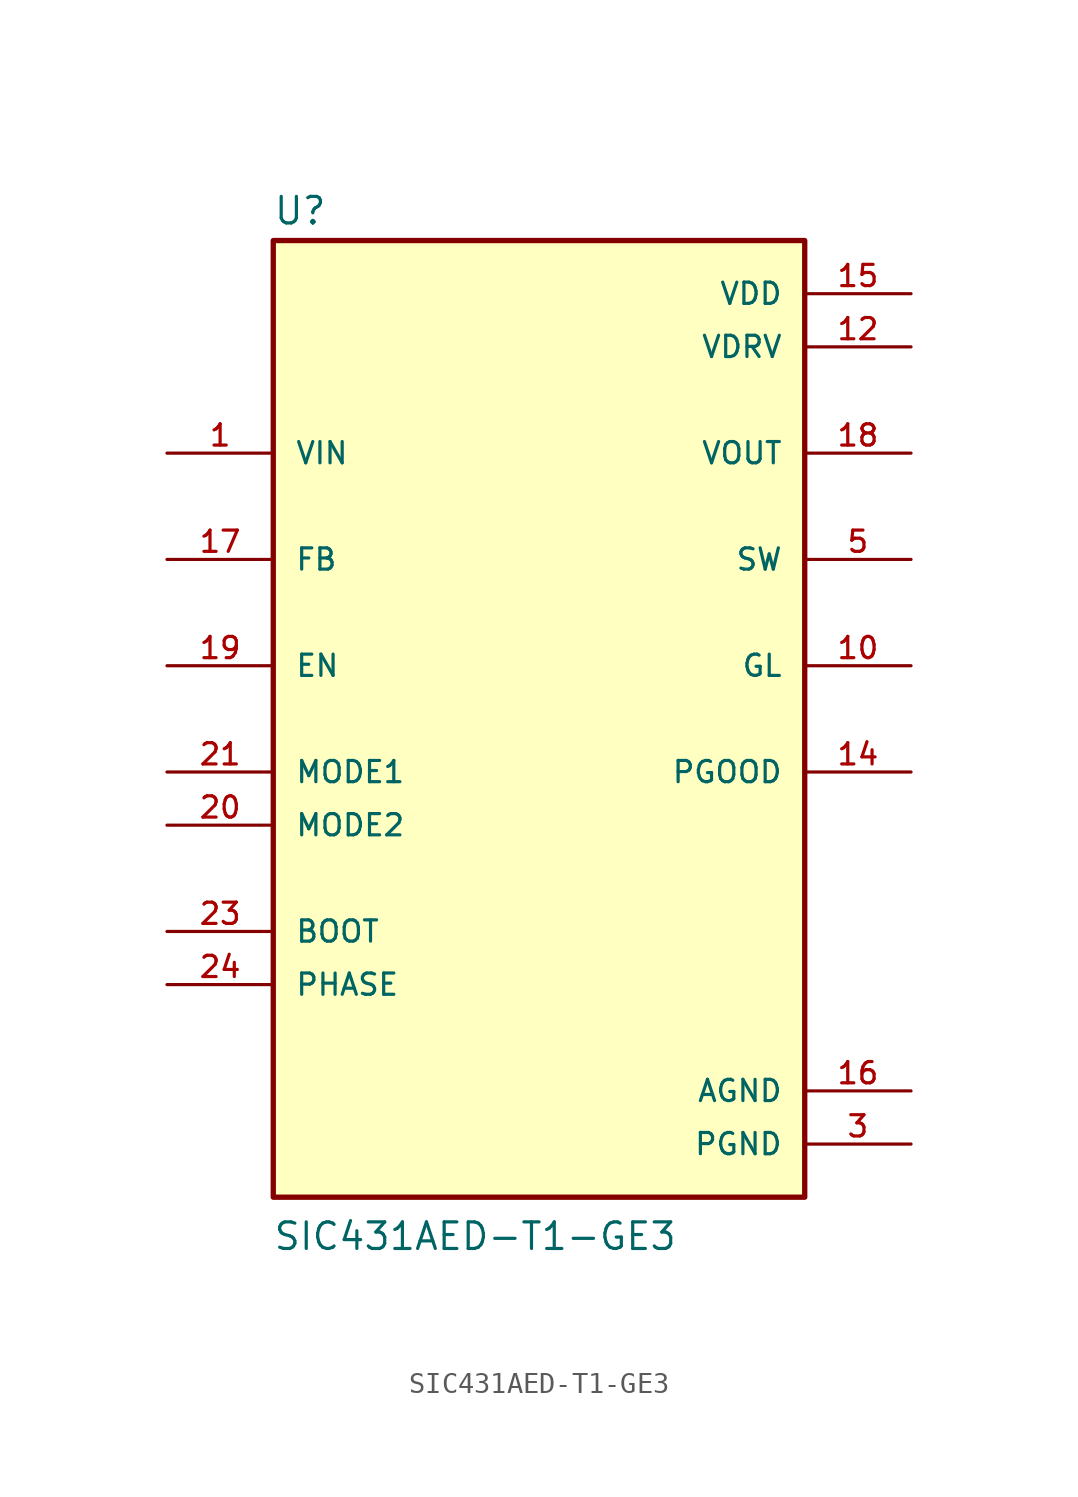
<source format=kicad_sym>
(kicad_symbol_lib
  (version 20211014)
  (generator kicad_symbol_editor)
  (symbol "SIC431AED-T1-GE3"
    (pin_names
      (offset 1.016))
    (property "Reference" "U"
      (at -12.723 23.538 0)
      (effects (font (size 1.27 1.27)) (justify bottom left)))
    (property "Value" "SIC431AED-T1-GE3"
      (at -12.736 -25.473 0)
      (effects (font (size 1.27 1.27)) (justify bottom left)))
    (symbol "SIC431AED-T1-GE3_0_0"
      (rectangle (start -12.7 -22.86) (end 12.7 22.86) (stroke (width 0.254)) (fill (type background)))
      (pin input line (at -17.78 12.7 0) (length 5.08) (name "VIN" (effects (font (size 1.016 1.016)))) (number "1" (effects (font (size 1.016 1.016)))))
      (pin input line (at -17.78 12.7 0) (length 5.08) hide (name "VIN" (effects (font (size 1.016 1.016)))) (number "2" (effects (font (size 1.016 1.016)))))
      (pin input line (at -17.78 12.7 0) (length 5.08) hide (name "VIN" (effects (font (size 1.016 1.016)))) (number "22" (effects (font (size 1.016 1.016)))))
      (pin input line (at -17.78 12.7 0) (length 5.08) hide (name "VIN" (effects (font (size 1.016 1.016)))) (number "26" (effects (font (size 1.016 1.016)))))
      (pin power_in line (at 17.78 -20.32 180.0) (length 5.08) (name "PGND" (effects (font (size 1.016 1.016)))) (number "3" (effects (font (size 1.016 1.016)))))
      (pin power_in line (at 17.78 -20.32 180.0) (length 5.08) hide (name "PGND" (effects (font (size 1.016 1.016)))) (number "4" (effects (font (size 1.016 1.016)))))
      (pin power_in line (at 17.78 -20.32 180.0) (length 5.08) hide (name "PGND" (effects (font (size 1.016 1.016)))) (number "13" (effects (font (size 1.016 1.016)))))
      (pin power_in line (at 17.78 -20.32 180.0) (length 5.08) hide (name "PGND" (effects (font (size 1.016 1.016)))) (number "27_1" (effects (font (size 1.016 1.016)))))
      (pin power_in line (at 17.78 -20.32 180.0) (length 5.08) hide (name "PGND" (effects (font (size 1.016 1.016)))) (number "27_2" (effects (font (size 1.016 1.016)))))
      (pin output line (at 17.78 7.62 180.0) (length 5.08) (name "SW" (effects (font (size 1.016 1.016)))) (number "5" (effects (font (size 1.016 1.016)))))
      (pin output line (at 17.78 7.62 180.0) (length 5.08) hide (name "SW" (effects (font (size 1.016 1.016)))) (number "6" (effects (font (size 1.016 1.016)))))
      (pin output line (at 17.78 7.62 180.0) (length 5.08) hide (name "SW" (effects (font (size 1.016 1.016)))) (number "7" (effects (font (size 1.016 1.016)))))
      (pin output line (at 17.78 7.62 180.0) (length 5.08) hide (name "SW" (effects (font (size 1.016 1.016)))) (number "8" (effects (font (size 1.016 1.016)))))
      (pin output line (at 17.78 7.62 180.0) (length 5.08) hide (name "SW" (effects (font (size 1.016 1.016)))) (number "9" (effects (font (size 1.016 1.016)))))
      (pin output line (at 17.78 7.62 180.0) (length 5.08) hide (name "SW" (effects (font (size 1.016 1.016)))) (number "9.1" (effects (font (size 1.016 1.016)))))
      (pin output line (at 17.78 2.54 180.0) (length 5.08) (name "GL" (effects (font (size 1.016 1.016)))) (number "10" (effects (font (size 1.016 1.016)))))
      (pin output line (at 17.78 2.54 180.0) (length 5.08) hide (name "GL" (effects (font (size 1.016 1.016)))) (number "11" (effects (font (size 1.016 1.016)))))
      (pin output line (at 17.78 2.54 180.0) (length 5.08) hide (name "GL" (effects (font (size 1.016 1.016)))) (number "28" (effects (font (size 1.016 1.016)))))
      (pin power_in line (at 17.78 17.78 180.0) (length 5.08) (name "VDRV" (effects (font (size 1.016 1.016)))) (number "12" (effects (font (size 1.016 1.016)))))
      (pin output line (at 17.78 -2.54 180.0) (length 5.08) (name "PGOOD" (effects (font (size 1.016 1.016)))) (number "14" (effects (font (size 1.016 1.016)))))
      (pin power_in line (at 17.78 20.32 180.0) (length 5.08) (name "VDD" (effects (font (size 1.016 1.016)))) (number "15" (effects (font (size 1.016 1.016)))))
      (pin power_in line (at 17.78 -17.78 180.0) (length 5.08) (name "AGND" (effects (font (size 1.016 1.016)))) (number "16" (effects (font (size 1.016 1.016)))))
      (pin power_in line (at 17.78 -17.78 180.0) (length 5.08) hide (name "AGND" (effects (font (size 1.016 1.016)))) (number "25" (effects (font (size 1.016 1.016)))))
      (pin input line (at -17.78 7.62 0) (length 5.08) (name "FB" (effects (font (size 1.016 1.016)))) (number "17" (effects (font (size 1.016 1.016)))))
      (pin output line (at 17.78 12.7 180.0) (length 5.08) (name "VOUT" (effects (font (size 1.016 1.016)))) (number "18" (effects (font (size 1.016 1.016)))))
      (pin input line (at -17.78 2.54 0) (length 5.08) (name "EN" (effects (font (size 1.016 1.016)))) (number "19" (effects (font (size 1.016 1.016)))))
      (pin input line (at -17.78 -5.08 0) (length 5.08) (name "MODE2" (effects (font (size 1.016 1.016)))) (number "20" (effects (font (size 1.016 1.016)))))
      (pin input line (at -17.78 -2.54 0) (length 5.08) (name "MODE1" (effects (font (size 1.016 1.016)))) (number "21" (effects (font (size 1.016 1.016)))))
      (pin passive line (at -17.78 -10.16 0) (length 5.08) (name "BOOT" (effects (font (size 1.016 1.016)))) (number "23" (effects (font (size 1.016 1.016)))))
      (pin passive line (at -17.78 -12.7 0) (length 5.08) (name "PHASE" (effects (font (size 1.016 1.016)))) (number "24" (effects (font (size 1.016 1.016))))))))
</source>
